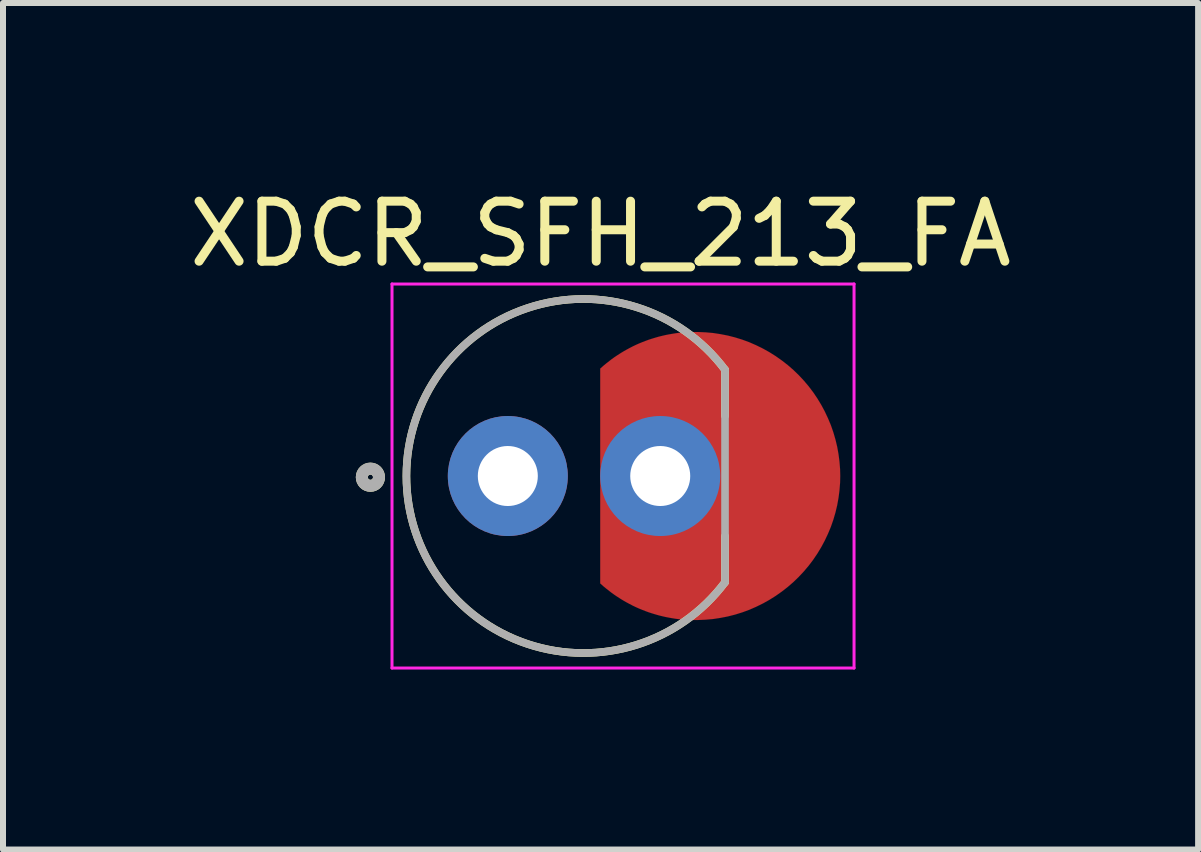
<source format=kicad_pcb>
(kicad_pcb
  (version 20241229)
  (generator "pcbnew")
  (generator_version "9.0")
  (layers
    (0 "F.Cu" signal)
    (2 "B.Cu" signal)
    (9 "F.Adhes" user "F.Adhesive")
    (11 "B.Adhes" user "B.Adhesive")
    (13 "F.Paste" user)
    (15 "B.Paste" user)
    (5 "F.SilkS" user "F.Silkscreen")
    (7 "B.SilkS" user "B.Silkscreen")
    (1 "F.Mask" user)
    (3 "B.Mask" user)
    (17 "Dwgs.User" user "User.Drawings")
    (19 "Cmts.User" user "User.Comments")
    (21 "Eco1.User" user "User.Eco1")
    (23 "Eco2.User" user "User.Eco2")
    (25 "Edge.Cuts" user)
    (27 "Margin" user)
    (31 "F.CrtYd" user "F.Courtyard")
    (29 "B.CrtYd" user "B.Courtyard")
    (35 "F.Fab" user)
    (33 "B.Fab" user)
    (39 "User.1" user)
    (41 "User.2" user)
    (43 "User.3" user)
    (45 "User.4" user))
  (footprint "XDCR_SFH_213_FA"
    (layer "F.Cu")
    (at 6.683 4.883)
    (property "Reference" "XDCR_SFH_213_FA" (at 0.275 -4.035 0) (layer "F.SilkS") (effects (font (size 1 1) (thickness 0.15))))
    (attr through_hole)
    (fp_poly (pts (xy 0.27 -0.06) (xy 0.27 -1.79) (xy 0.325 -1.839) (xy 0.37 -1.876) (xy 0.416 -1.912) (xy 0.462 -1.948) (xy 0.51 -1.982) (xy 0.558 -2.014) (xy 0.608 -2.046) (xy 0.657 -2.076) (xy 0.708 -2.105) (xy 0.76 -2.133) (xy 0.812 -2.16) (xy 0.864 -2.185) (xy 0.918 -2.209) (xy 0.972 -2.231) (xy 1.026 -2.252) (xy 1.081 -2.272) (xy 1.137 -2.29) (xy 1.193 -2.307) (xy 1.249 -2.323) (xy 1.306 -2.337) (xy 1.363 -2.35) (xy 1.42 -2.361) (xy 1.478 -2.371) (xy 1.535 -2.38) (xy 1.593 -2.387) (xy 1.652 -2.392) (xy 1.71 -2.396) (xy 1.768 -2.399) (xy 1.827 -2.4) (xy 1.87 -2.4) (xy 1.895 -2.4) (xy 2.028 -2.394) (xy 2.152 -2.383) (xy 2.275 -2.364) (xy 2.398 -2.34) (xy 2.519 -2.309) (xy 2.638 -2.272) (xy 2.755 -2.229) (xy 2.869 -2.179) (xy 2.981 -2.124) (xy 3.09 -2.063) (xy 3.195 -1.997) (xy 3.297 -1.925) (xy 3.396 -1.848) (xy 3.49 -1.766) (xy 3.579 -1.68) (xy 3.664 -1.589) (xy 3.745 -1.493) (xy 3.82 -1.394) (xy 3.89 -1.29) (xy 3.954 -1.184) (xy 4.013 -1.074) (xy 4.066 -0.961) (xy 4.114 -0.846) (xy 4.155 -0.728) (xy 4.19 -0.608) (xy 4.219 -0.487) (xy 4.241 -0.364) (xy 4.257 -0.241) (xy 4.267 -0.116) (xy 4.27 0) (xy 4.267 0.116) (xy 4.257 0.241) (xy 4.241 0.364) (xy 4.219 0.487) (xy 4.19 0.608) (xy 4.155 0.728) (xy 4.114 0.846) (xy 4.066 0.961) (xy 4.013 1.074) (xy 3.954 1.184) (xy 3.89 1.29) (xy 3.82 1.394) (xy 3.745 1.493) (xy 3.664 1.589) (xy 3.579 1.68) (xy 3.49 1.766) (xy 3.396 1.848) (xy 3.297 1.925) (xy 3.195 1.997) (xy 3.09 2.063) (xy 2.981 2.124) (xy 2.869 2.179) (xy 2.755 2.229) (xy 2.638 2.272) (xy 2.519 2.309) (xy 2.398 2.34) (xy 2.275 2.364) (xy 2.152 2.383) (xy 2.028 2.394) (xy 1.895 2.4) (xy 1.795 2.4) (xy 1.87 2.4) (xy 1.827 2.4) (xy 1.768 2.399) (xy 1.71 2.396) (xy 1.652 2.392) (xy 1.593 2.387) (xy 1.535 2.38) (xy 1.478 2.371) (xy 1.42 2.361) (xy 1.363 2.35) (xy 1.306 2.337) (xy 1.249 2.323) (xy 1.193 2.307) (xy 1.137 2.29) (xy 1.081 2.272) (xy 1.026 2.252) (xy 0.972 2.231) (xy 0.918 2.209) (xy 0.864 2.185) (xy 0.812 2.16) (xy 0.76 2.133) (xy 0.708 2.105) (xy 0.657 2.076) (xy 0.608 2.046) (xy 0.558 2.014) (xy 0.51 1.982) (xy 0.462 1.948) (xy 0.416 1.912) (xy 0.37 1.876) (xy 0.325 1.839) (xy 0.27 1.79) (xy 0.27 -0.06)) (stroke (width 0.001) (type solid)) (fill yes) (layer "F.Cu"))
    (fp_circle (center -1.27 0) (end -0.77 0) (stroke (width 1) (type solid)) (fill no) (layer "F.Mask"))
    (fp_circle (center 1.27 0) (end 1.77 0) (stroke (width 1) (type solid)) (fill no) (layer "F.Mask"))
    (fp_circle (center -1.27 0) (end -0.77 0) (stroke (width 1) (type solid)) (fill no) (layer "B.Mask"))
    (fp_circle (center 1.27 0) (end 1.77 0) (stroke (width 1) (type solid)) (fill no) (layer "B.Mask"))
    (fp_line (start 2.35 -1.77) (end 2.35 -1) (stroke (width 0.127) (type solid)) (layer "F.SilkS"))
    (fp_line (start 2.35 1) (end 2.35 1.77) (stroke (width 0.127) (type solid)) (layer "F.SilkS"))
    (fp_arc (start 2.35 1.77) (mid -2.959984 0) (end 2.35 -1.77) (stroke (width 0.127) (type solid)) (layer "F.SilkS"))
    (fp_circle (center -3.56 0.02) (end -3.417 0.02) (stroke (width 0.2) (type solid)) (fill no) (layer "F.SilkS"))
    (fp_line (start -3.2 -3.2) (end 4.5 -3.2) (stroke (width 0.05) (type solid)) (layer "F.CrtYd"))
    (fp_line (start -3.2 3.2) (end -3.2 -3.2) (stroke (width 0.05) (type solid)) (layer "F.CrtYd"))
    (fp_line (start 4.5 -3.2) (end 4.5 3.2) (stroke (width 0.05) (type solid)) (layer "F.CrtYd"))
    (fp_line (start 4.5 3.2) (end -3.2 3.2) (stroke (width 0.05) (type solid)) (layer "F.CrtYd"))
    (fp_line (start 2.35 -1.77) (end 2.35 1.77) (stroke (width 0.127) (type solid)) (layer "F.Fab"))
    (fp_arc (start 2.35 1.77) (mid -2.959984 0) (end 2.35 -1.77) (stroke (width 0.127) (type solid)) (layer "F.Fab"))
    (fp_circle (center -3.56 0.02) (end -3.417 0.02) (stroke (width 0.2) (type solid)) (fill no) (layer "F.Fab"))
    (pad "1" thru_hole circle (at -1.27 0) (size 2 2) (drill 1) (layers "*.Cu"))
    (pad "2" thru_hole circle (at 1.27 0) (size 2 2) (drill 1) (layers "*.Cu")))
  (gr_rect
    (start -3 -3)
    (end 16.917 11.108)
    (stroke (width 0.1) (type default))
    (fill no)
    (layer "Edge.Cuts")))
</source>
